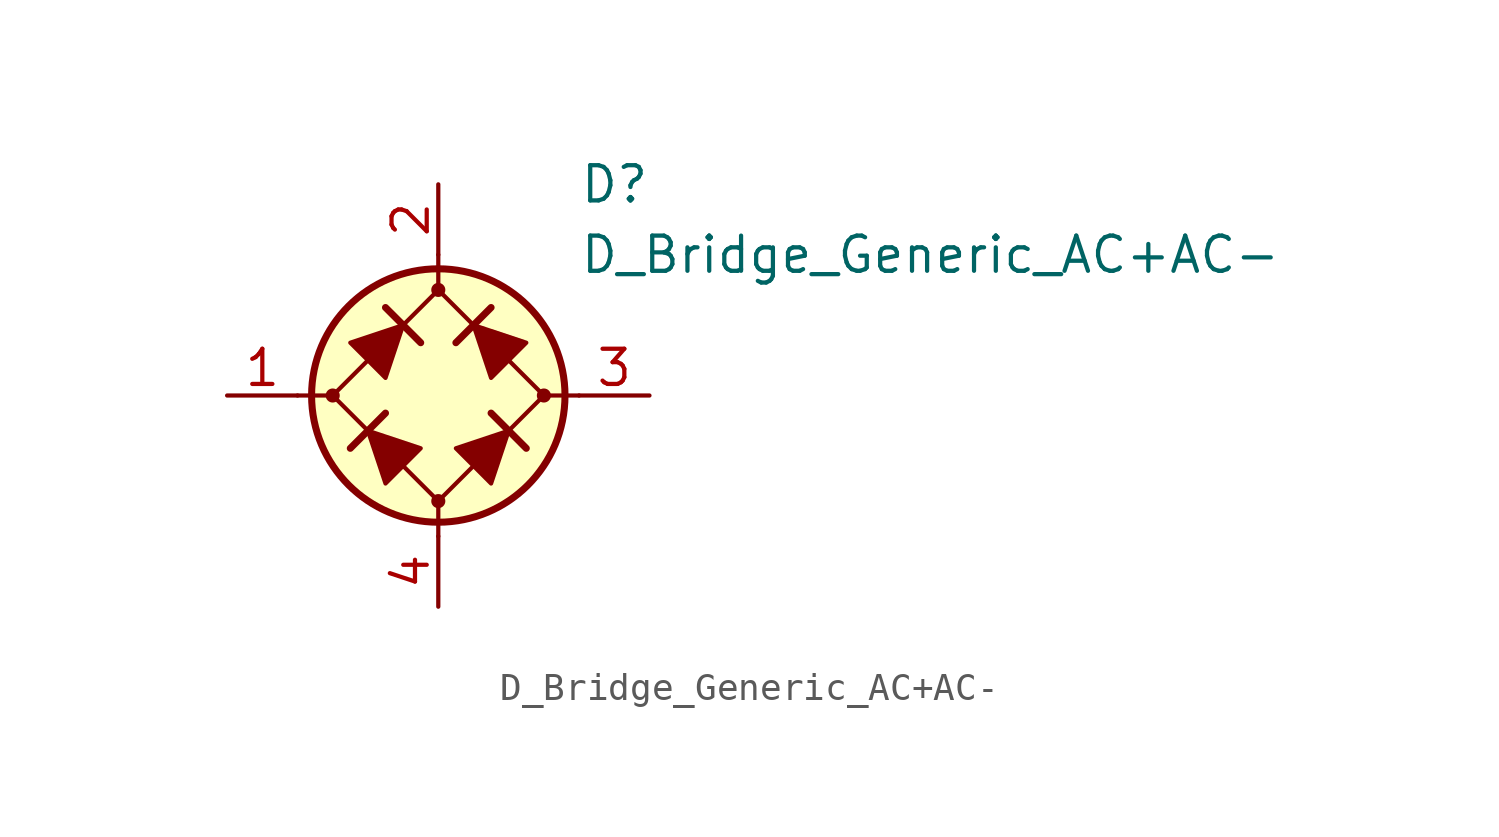
<source format=kicad_sym>
(kicad_symbol_lib
  (version 20211014)
  (generator kicad_symbol_editor)
  (symbol "D_Bridge_Generic_AC+AC-"
    (pin_names
      (offset 1.016) hide)
    (property "Reference" "D"
      (at 5.08 7.62 0)
      (effects (font (size 1.27 1.27)) (justify left)))
    (property "Value" "D_Bridge_Generic_AC+AC-"
      (at 5.08 5.08 0)
      (effects (font (size 1.27 1.27)) (justify left)))
    (symbol "D_Bridge_Generic_AC+AC-_0_1"
      (circle (center -3.81 0) (radius 0.178) (stroke (width 0) (type default) (color 0 0 0 0)) (fill (type outline)))
      (polyline (pts (xy -5.08 0) (xy -3.81 0)) (stroke (width 0) (type default) (color 0 0 0 0)) (fill (type none)))
      (polyline (pts (xy -1.905 -0.635) (xy -3.175 -1.905)) (stroke (width 0.254) (type default) (color 0 0 0 0)) (fill (type none)))
      (polyline (pts (xy -1.905 3.175) (xy -0.635 1.905)) (stroke (width 0.254) (type default) (color 0 0 0 0)) (fill (type none)))
      (polyline (pts (xy 0 -5.08) (xy 0 -3.81)) (stroke (width 0) (type default) (color 0 0 0 0)) (fill (type none)))
      (polyline (pts (xy 0 5.08) (xy 0 3.81)) (stroke (width 0) (type default) (color 0 0 0 0)) (fill (type none)))
      (polyline (pts (xy 1.905 3.175) (xy 0.635 1.905)) (stroke (width 0.254) (type default) (color 0 0 0 0)) (fill (type none)))
      (polyline (pts (xy 3.175 -1.905) (xy 1.905 -0.635)) (stroke (width 0.254) (type default) (color 0 0 0 0)) (fill (type none)))
      (polyline (pts (xy 5.08 0) (xy 3.81 0)) (stroke (width 0) (type default) (color 0 0 0 0)) (fill (type none)))
      (polyline (pts (xy -2.54 -1.27) (xy -1.905 -3.175) (xy -0.635 -1.905) (xy -2.54 -1.27)) (stroke (width 0) (type default) (color 0 0 0 0)) (fill (type outline)))
      (polyline (pts (xy -1.27 2.54) (xy -1.905 0.635) (xy -3.175 1.905) (xy -1.27 2.54)) (stroke (width 0) (type default) (color 0 0 0 0)) (fill (type outline)))
      (polyline (pts (xy 1.27 2.54) (xy 3.175 1.905) (xy 1.905 0.635) (xy 1.27 2.54)) (stroke (width 0) (type default) (color 0 0 0 0)) (fill (type outline)))
      (polyline (pts (xy 2.54 -1.27) (xy 0.635 -1.905) (xy 1.905 -3.175) (xy 2.54 -1.27)) (stroke (width 0) (type default) (color 0 0 0 0)) (fill (type outline)))
      (polyline (pts (xy 0 3.81) (xy -3.81 0) (xy 0 -3.81) (xy 3.81 0) (xy 0 3.81)) (stroke (width 0) (type default) (color 0 0 0 0)) (fill (type none)))
      (circle (center 0 0) (radius 4.572) (stroke (width 0.254) (type default) (color 0 0 0 0)) (fill (type background))))
    (symbol "D_Bridge_Generic_AC+AC-_1_1"
      (circle (center 0 -3.81) (radius 0.178) (stroke (width 0) (type default) (color 0 0 0 0)) (fill (type outline)))
      (circle (center 0 3.81) (radius 0.178) (stroke (width 0) (type default) (color 0 0 0 0)) (fill (type outline)))
      (circle (center 3.81 0) (radius 0.178) (stroke (width 0) (type default) (color 0 0 0 0)) (fill (type outline)))
      (pin passive line (at -7.62 0 0) (length 2.54) (name "1" (effects (font (size 1.27 1.27)))) (number "1" (effects (font (size 1.27 1.27)))))
      (pin passive line (at 0 7.62 270) (length 2.54) (name "+" (effects (font (size 1.27 1.27)))) (number "2" (effects (font (size 1.27 1.27)))))
      (pin passive line (at 7.62 0 180) (length 2.54) (name "2" (effects (font (size 1.27 1.27)))) (number "3" (effects (font (size 1.27 1.27)))))
      (pin passive line (at 0 -7.62 90) (length 2.54) (name "-" (effects (font (size 1.27 1.27)))) (number "4" (effects (font (size 1.27 1.27))))))))
</source>
